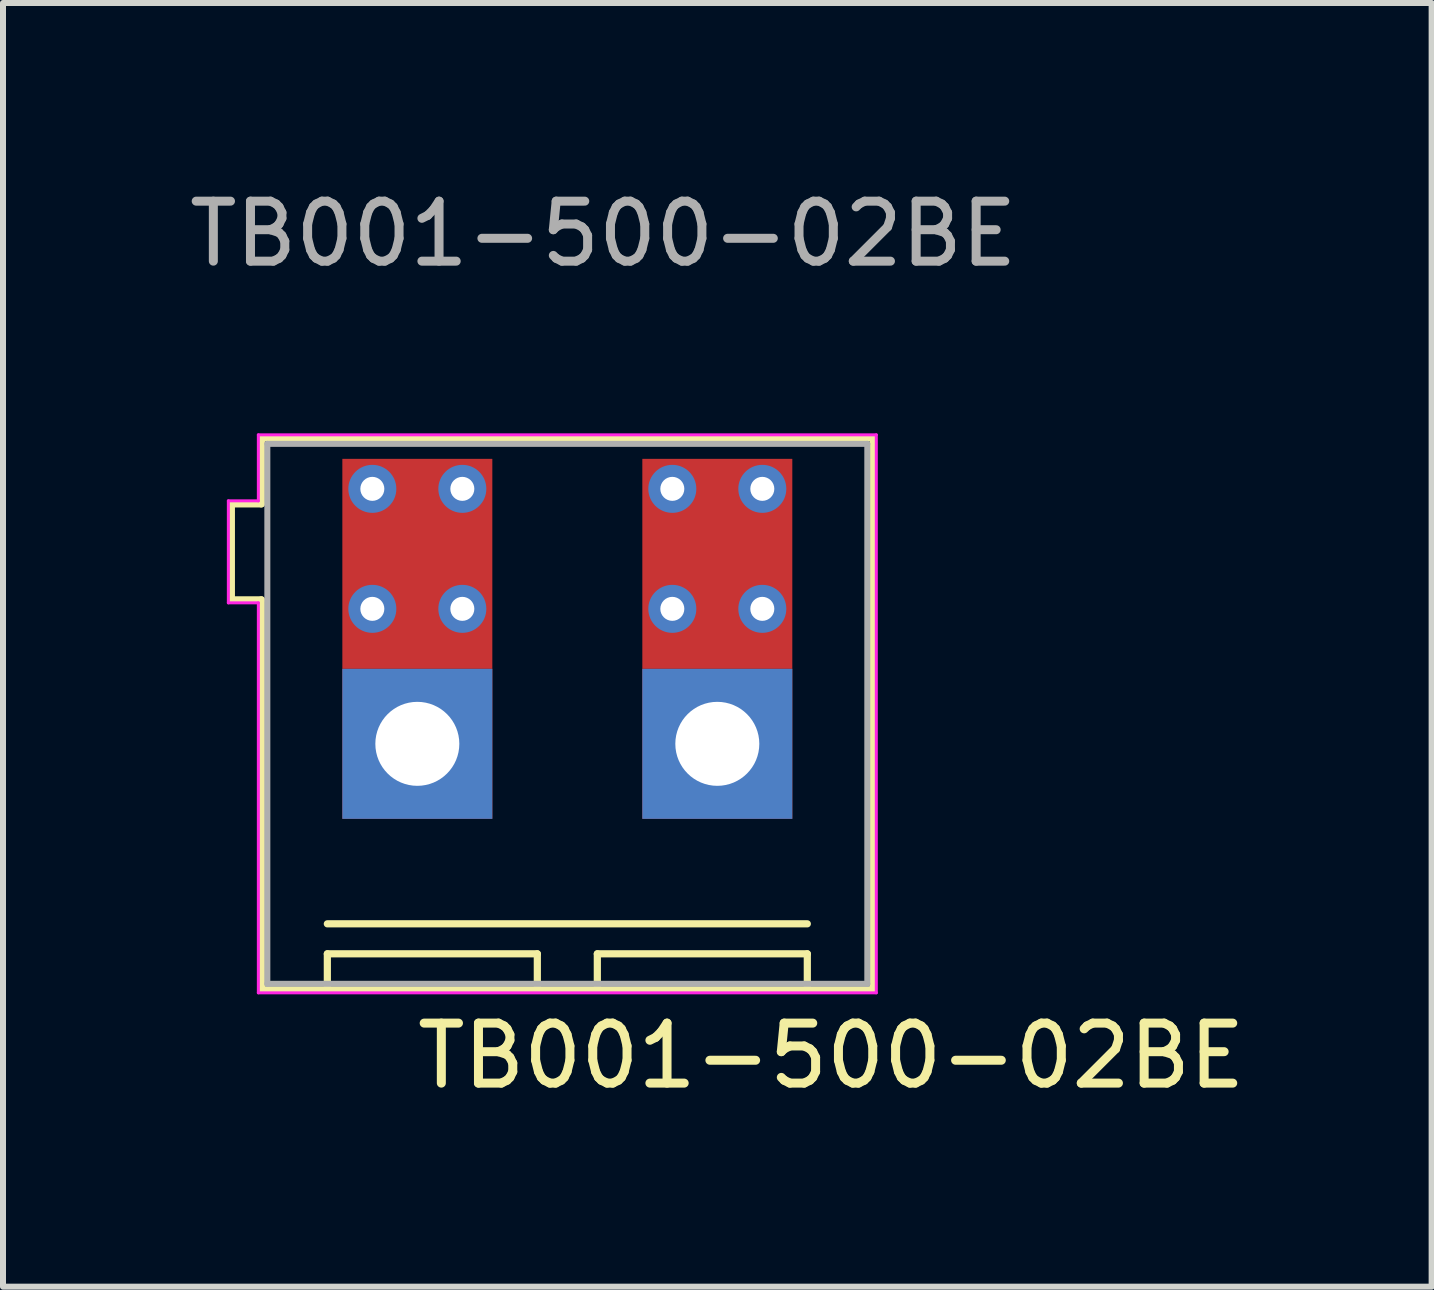
<source format=kicad_pcb>
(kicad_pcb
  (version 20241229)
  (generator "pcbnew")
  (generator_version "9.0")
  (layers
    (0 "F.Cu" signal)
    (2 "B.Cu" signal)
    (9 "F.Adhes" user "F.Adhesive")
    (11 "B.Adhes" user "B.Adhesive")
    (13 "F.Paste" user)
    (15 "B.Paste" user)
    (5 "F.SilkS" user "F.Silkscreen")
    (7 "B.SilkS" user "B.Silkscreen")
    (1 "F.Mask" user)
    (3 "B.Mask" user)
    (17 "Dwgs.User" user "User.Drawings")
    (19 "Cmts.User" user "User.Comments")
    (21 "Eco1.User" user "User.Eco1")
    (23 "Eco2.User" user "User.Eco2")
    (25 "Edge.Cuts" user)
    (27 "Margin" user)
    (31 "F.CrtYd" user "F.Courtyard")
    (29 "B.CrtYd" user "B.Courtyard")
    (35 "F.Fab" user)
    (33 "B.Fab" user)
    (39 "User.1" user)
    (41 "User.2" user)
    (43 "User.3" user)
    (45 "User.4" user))
  (footprint "TB001-500-02BE"
    (layer "F.Cu")
    (at 6.406 9.348)
    (property "Reference" "TB001-500-02BE" (at 4.4 5.2 0) (unlocked yes) (layer "F.SilkS") (effects (font (size 1 1) (thickness 0.15))))
    (attr through_hole)
    (fp_line (start -5.6 -4) (end -5.6 -2.4) (stroke (width 0.12) (type solid)) (layer "F.SilkS"))
    (fp_line (start -5.6 -4) (end -5.1 -4) (stroke (width 0.12) (type solid)) (layer "F.SilkS"))
    (fp_line (start -5.6 -2.4) (end -5.1 -2.4) (stroke (width 0.12) (type solid)) (layer "F.SilkS"))
    (fp_line (start -5.1 -5.1) (end -5.1 -4) (stroke (width 0.12) (type solid)) (layer "F.SilkS"))
    (fp_line (start -5.1 -5.1) (end 5.1 -5.1) (stroke (width 0.12) (type solid)) (layer "F.SilkS"))
    (fp_line (start -5.1 4.1) (end -5.1 -2.4) (stroke (width 0.12) (type solid)) (layer "F.SilkS"))
    (fp_line (start -4 3.5) (end -4 4.1) (stroke (width 0.12) (type solid)) (layer "F.SilkS"))
    (fp_line (start -0.5 3.5) (end -4 3.5) (stroke (width 0.12) (type solid)) (layer "F.SilkS"))
    (fp_line (start -0.5 3.5) (end -0.5 4.1) (stroke (width 0.12) (type solid)) (layer "F.SilkS"))
    (fp_line (start 0.5 3.5) (end 4 3.5) (stroke (width 0.12) (type solid)) (layer "F.SilkS"))
    (fp_line (start 0.5 4.1) (end 0.5 3.5) (stroke (width 0.12) (type solid)) (layer "F.SilkS"))
    (fp_line (start 4 3) (end -4 3) (stroke (width 0.12) (type solid)) (layer "F.SilkS"))
    (fp_line (start 4 3.5) (end 4 4.1) (stroke (width 0.12) (type solid)) (layer "F.SilkS"))
    (fp_line (start 5.1 -5.1) (end 5.1 4.1) (stroke (width 0.12) (type solid)) (layer "F.SilkS"))
    (fp_line (start 5.1 4.1) (end -5.1 4.1) (stroke (width 0.12) (type solid)) (layer "F.SilkS"))
    (fp_line (start -5.65 -4.05) (end -5.15 -4.05) (stroke (width 0.05) (type solid)) (layer "F.CrtYd"))
    (fp_line (start -5.65 -2.35) (end -5.65 -4.05) (stroke (width 0.05) (type solid)) (layer "F.CrtYd"))
    (fp_line (start -5.15 -5.15) (end 5.15 -5.15) (stroke (width 0.05) (type solid)) (layer "F.CrtYd"))
    (fp_line (start -5.15 -4.05) (end -5.15 -5.15) (stroke (width 0.05) (type solid)) (layer "F.CrtYd"))
    (fp_line (start -5.15 -2.35) (end -5.65 -2.35) (stroke (width 0.05) (type solid)) (layer "F.CrtYd"))
    (fp_line (start -5.15 4.15) (end -5.15 -2.35) (stroke (width 0.05) (type solid)) (layer "F.CrtYd"))
    (fp_line (start 5.15 -5.15) (end 5.15 4.15) (stroke (width 0.05) (type solid)) (layer "F.CrtYd"))
    (fp_line (start 5.15 4.15) (end -5.15 4.15) (stroke (width 0.05) (type solid)) (layer "F.CrtYd"))
    (fp_line (start -5 -5) (end 5 -5) (stroke (width 0.1) (type solid)) (layer "F.Fab"))
    (fp_line (start -5 4) (end -5 -5) (stroke (width 0.1) (type solid)) (layer "F.Fab"))
    (fp_line (start 5 -5) (end 5 4) (stroke (width 0.1) (type solid)) (layer "F.Fab"))
    (fp_line (start 5 4) (end -5 4) (stroke (width 0.1) (type solid)) (layer "F.Fab"))
    (fp_text user "${REFERENCE}" (at 0.6 -8.5 0) (unlocked yes) (layer "F.Fab") (effects (font (size 1 1) (thickness 0.15))))
    (pad "1" thru_hole circle (at -3.25 -4.25) (size 0.8 0.8) (drill 0.4) (layers "*.Cu" "*.Mask"))
    (pad "1" thru_hole circle (at -3.25 -2.25) (size 0.8 0.8) (drill 0.4) (layers "*.Cu" "*.Mask"))
    (pad "1" smd rect (at -2.5 -3) (size 2.5 3.5) (layers "F.Cu" "F.Mask" "F.Paste"))
    (pad "1" thru_hole trapezoid (at -2.5 0) (size 2.5 2.5) (drill 1.4) (layers "*.Cu" "*.Mask"))
    (pad "1" thru_hole circle (at -1.75 -4.25) (size 0.8 0.8) (drill 0.4) (layers "*.Cu" "*.Mask"))
    (pad "1" thru_hole circle (at -1.75 -2.25) (size 0.8 0.8) (drill 0.4) (layers "*.Cu" "*.Mask"))
    (pad "2" thru_hole circle (at 1.75 -4.25) (size 0.8 0.8) (drill 0.4) (layers "*.Cu" "*.Mask"))
    (pad "2" thru_hole circle (at 1.75 -2.25) (size 0.8 0.8) (drill 0.4) (layers "*.Cu" "*.Mask"))
    (pad "2" smd rect (at 2.5 -3) (size 2.5 3.5) (layers "F.Cu" "F.Mask" "F.Paste"))
    (pad "2" thru_hole rect (at 2.5 0) (size 2.5 2.5) (drill 1.4) (layers "*.Cu" "*.Mask"))
    (pad "2" thru_hole circle (at 3.25 -4.25) (size 0.8 0.8) (drill 0.4) (layers "*.Cu" "*.Mask"))
    (pad "2" thru_hole circle (at 3.25 -2.25) (size 0.8 0.8) (drill 0.4) (layers "*.Cu" "*.Mask")))
  (gr_rect
    (start -3 -3)
    (end 20.812 18.396)
    (stroke (width 0.1) (type default))
    (fill no)
    (layer "Edge.Cuts")))
</source>
